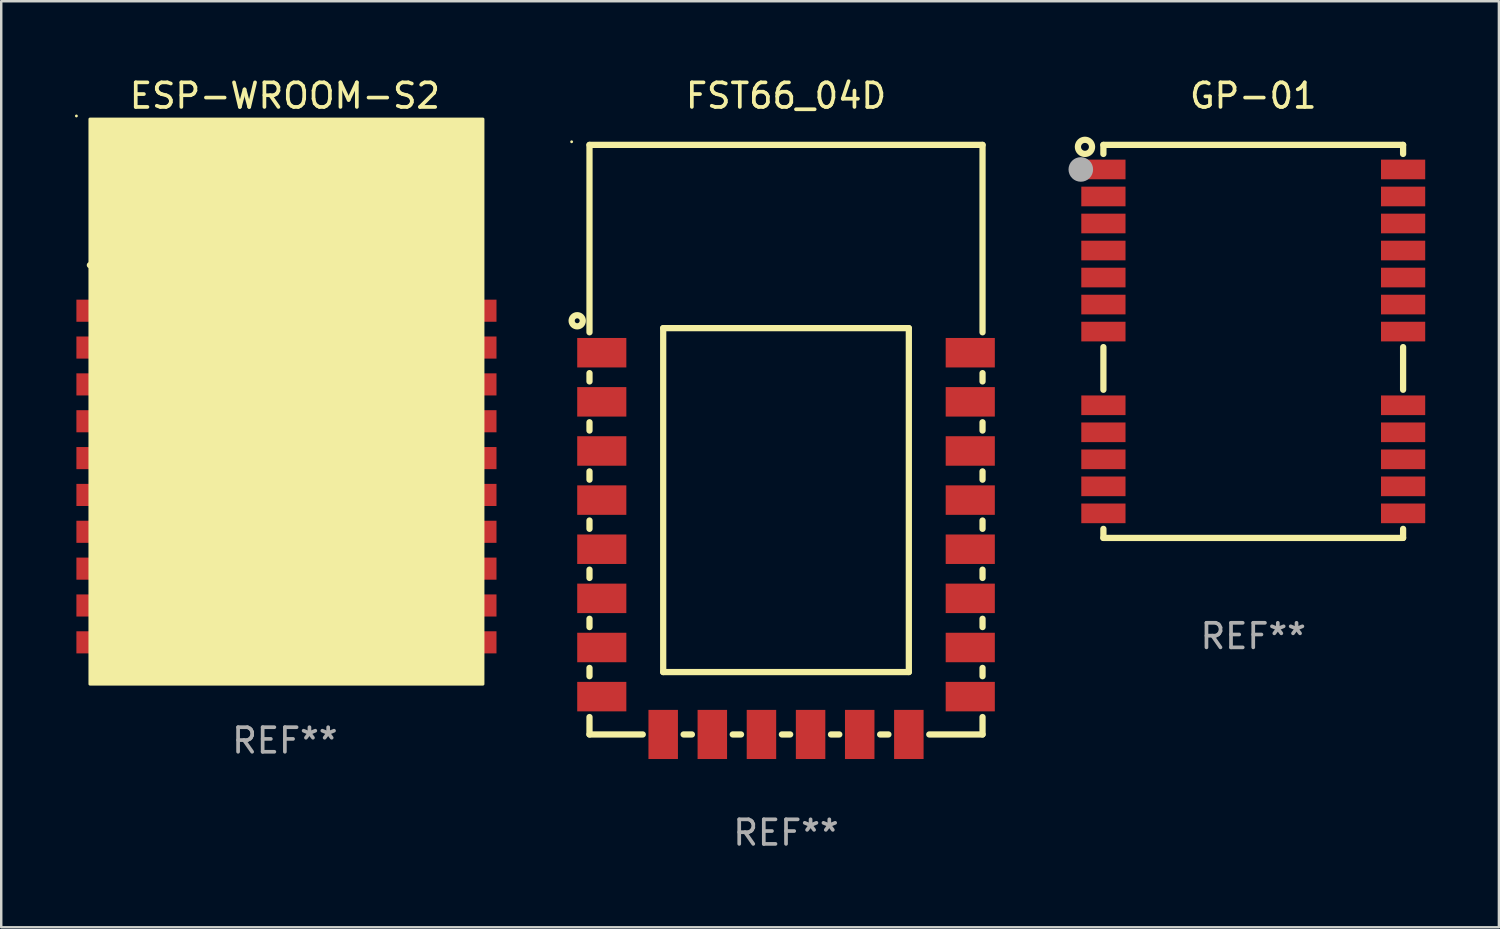
<source format=kicad_pcb>
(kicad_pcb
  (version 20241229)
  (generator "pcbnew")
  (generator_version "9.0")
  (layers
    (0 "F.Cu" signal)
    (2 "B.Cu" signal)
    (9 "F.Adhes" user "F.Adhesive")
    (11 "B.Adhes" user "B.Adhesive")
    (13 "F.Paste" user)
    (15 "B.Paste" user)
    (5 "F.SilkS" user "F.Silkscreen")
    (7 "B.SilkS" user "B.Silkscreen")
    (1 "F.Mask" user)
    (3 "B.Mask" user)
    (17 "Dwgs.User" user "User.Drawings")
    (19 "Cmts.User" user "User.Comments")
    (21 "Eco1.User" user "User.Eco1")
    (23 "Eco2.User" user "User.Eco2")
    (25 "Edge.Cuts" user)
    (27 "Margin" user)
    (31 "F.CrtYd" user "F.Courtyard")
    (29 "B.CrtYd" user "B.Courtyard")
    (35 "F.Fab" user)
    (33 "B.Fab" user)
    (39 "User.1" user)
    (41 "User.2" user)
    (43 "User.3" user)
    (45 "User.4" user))
  (footprint "FST66_04D"
    (layer "F.Cu")
    (at 28.947 14.848)
    (property "Reference" "FST66_04D" (at 0 -14 0) (layer "F.SilkS") (effects (font (size 1 1) (thickness 0.15))))
    (attr through_hole)
    (fp_line (start -8 -12) (end 8 -12) (stroke (width 0.254) (type solid)) (layer "F.SilkS"))
    (fp_line (start -8 -4.371) (end -8 -12) (stroke (width 0.254) (type solid)) (layer "F.SilkS"))
    (fp_line (start -8 -2.371) (end -8 -2.709) (stroke (width 0.254) (type solid)) (layer "F.SilkS"))
    (fp_line (start -8 -0.371) (end -8 -0.709) (stroke (width 0.254) (type solid)) (layer "F.SilkS"))
    (fp_line (start -8 1.629) (end -8 1.291) (stroke (width 0.254) (type solid)) (layer "F.SilkS"))
    (fp_line (start -8 3.629) (end -8 3.291) (stroke (width 0.254) (type solid)) (layer "F.SilkS"))
    (fp_line (start -8 5.629) (end -8 5.291) (stroke (width 0.254) (type solid)) (layer "F.SilkS"))
    (fp_line (start -8 7.629) (end -8 7.291) (stroke (width 0.254) (type solid)) (layer "F.SilkS"))
    (fp_line (start -8 9.629) (end -8 9.291) (stroke (width 0.254) (type solid)) (layer "F.SilkS"))
    (fp_line (start -8 12) (end -8 11.291) (stroke (width 0.254) (type solid)) (layer "F.SilkS"))
    (fp_line (start -8 12) (end -5.831 12) (stroke (width 0.254) (type solid)) (layer "F.SilkS"))
    (fp_line (start -5 -4.54) (end 5 -4.54) (stroke (width 0.254) (type solid)) (layer "F.SilkS"))
    (fp_line (start -5 9.46) (end -5 -4.54) (stroke (width 0.254) (type solid)) (layer "F.SilkS"))
    (fp_line (start -4.169 12) (end -3.831 12) (stroke (width 0.254) (type solid)) (layer "F.SilkS"))
    (fp_line (start -2.169 12) (end -1.831 12) (stroke (width 0.254) (type solid)) (layer "F.SilkS"))
    (fp_line (start -0.169 12) (end 0.169 12) (stroke (width 0.254) (type solid)) (layer "F.SilkS"))
    (fp_line (start 1.831 12) (end 2.169 12) (stroke (width 0.254) (type solid)) (layer "F.SilkS"))
    (fp_line (start 4.169 12) (end 3.831 12) (stroke (width 0.254) (type solid)) (layer "F.SilkS"))
    (fp_line (start 5 -4.54) (end 5 9.46) (stroke (width 0.254) (type solid)) (layer "F.SilkS"))
    (fp_line (start 5 9.46) (end -5 9.46) (stroke (width 0.254) (type solid)) (layer "F.SilkS"))
    (fp_line (start 8 -12) (end 8 -4.371) (stroke (width 0.254) (type solid)) (layer "F.SilkS"))
    (fp_line (start 8 -2.709) (end 8 -2.371) (stroke (width 0.254) (type solid)) (layer "F.SilkS"))
    (fp_line (start 8 -0.709) (end 8 -0.371) (stroke (width 0.254) (type solid)) (layer "F.SilkS"))
    (fp_line (start 8 1.291) (end 8 1.629) (stroke (width 0.254) (type solid)) (layer "F.SilkS"))
    (fp_line (start 8 3.291) (end 8 3.629) (stroke (width 0.254) (type solid)) (layer "F.SilkS"))
    (fp_line (start 8 5.291) (end 8 5.629) (stroke (width 0.254) (type solid)) (layer "F.SilkS"))
    (fp_line (start 8 7.291) (end 8 7.629) (stroke (width 0.254) (type solid)) (layer "F.SilkS"))
    (fp_line (start 8 9.291) (end 8 9.629) (stroke (width 0.254) (type solid)) (layer "F.SilkS"))
    (fp_line (start 8 11.291) (end 8 12) (stroke (width 0.254) (type solid)) (layer "F.SilkS"))
    (fp_line (start 8 12) (end 5.831 12) (stroke (width 0.254) (type solid)) (layer "F.SilkS"))
    (fp_circle (center -8.727 -12.127) (end -8.697 -12.127) (stroke (width 0.06) (type solid)) (fill no) (layer "F.SilkS"))
    (fp_circle (center -8.5 -4.84) (end -8.4 -4.84) (stroke (width 0.254) (type solid)) (fill no) (layer "F.SilkS"))
    (fp_text user "REF**" (at 0 16 0) (layer "F.Fab") (effects (font (size 1 1) (thickness 0.15))))
    (pad "1" smd rect (at -7.5 -3.54) (size 2 1.2) (layers "F.Cu" "F.Mask" "F.Paste"))
    (pad "2" smd rect (at -7.5 -1.54) (size 2 1.2) (layers "F.Cu" "F.Mask" "F.Paste"))
    (pad "3" smd rect (at -7.5 0.46) (size 2 1.2) (layers "F.Cu" "F.Mask" "F.Paste"))
    (pad "4" smd rect (at -7.5 2.46) (size 2 1.2) (layers "F.Cu" "F.Mask" "F.Paste"))
    (pad "5" smd rect (at -7.5 4.46) (size 2 1.2) (layers "F.Cu" "F.Mask" "F.Paste"))
    (pad "6" smd rect (at -7.5 6.46) (size 2 1.2) (layers "F.Cu" "F.Mask" "F.Paste"))
    (pad "7" smd rect (at -7.5 8.46) (size 2 1.2) (layers "F.Cu" "F.Mask" "F.Paste"))
    (pad "8" smd rect (at -7.5 10.46) (size 2 1.2) (layers "F.Cu" "F.Mask" "F.Paste"))
    (pad "9" smd rect (at -5 12 90) (size 2 1.2) (layers "F.Cu" "F.Mask" "F.Paste"))
    (pad "10" smd rect (at -3 12 90) (size 2 1.2) (layers "F.Cu" "F.Mask" "F.Paste"))
    (pad "11" smd rect (at -1 12 90) (size 2 1.2) (layers "F.Cu" "F.Mask" "F.Paste"))
    (pad "12" smd rect (at 1 12 90) (size 2 1.2) (layers "F.Cu" "F.Mask" "F.Paste"))
    (pad "13" smd rect (at 3 12 90) (size 2 1.2) (layers "F.Cu" "F.Mask" "F.Paste"))
    (pad "14" smd rect (at 5 12 90) (size 2 1.2) (layers "F.Cu" "F.Mask" "F.Paste"))
    (pad "15" smd rect (at 7.5 10.46) (size 2 1.2) (layers "F.Cu" "F.Mask" "F.Paste"))
    (pad "16" smd rect (at 7.5 8.46) (size 2 1.2) (layers "F.Cu" "F.Mask" "F.Paste"))
    (pad "17" smd rect (at 7.5 6.46) (size 2 1.2) (layers "F.Cu" "F.Mask" "F.Paste"))
    (pad "18" smd rect (at 7.5 4.46) (size 2 1.2) (layers "F.Cu" "F.Mask" "F.Paste"))
    (pad "19" smd rect (at 7.5 2.46) (size 2 1.2) (layers "F.Cu" "F.Mask" "F.Paste"))
    (pad "20" smd rect (at 7.5 0.46) (size 2 1.2) (layers "F.Cu" "F.Mask" "F.Paste"))
    (pad "21" smd rect (at 7.5 -1.54) (size 2 1.2) (layers "F.Cu" "F.Mask" "F.Paste"))
    (pad "22" smd rect (at 7.5 -3.54) (size 2 1.2) (layers "F.Cu" "F.Mask" "F.Paste")))
  (footprint "GP-01"
    (layer "F.Cu")
    (at 47.967 10.848)
    (property "Reference" "GP-01" (at 0 -10 0) (layer "F.SilkS") (effects (font (size 1 1) (thickness 0.15))))
    (attr through_hole)
    (fp_line (start -6.1 -7.631) (end -6.1 -8) (stroke (width 0.254) (type solid)) (layer "F.SilkS"))
    (fp_line (start -6.1 1.969) (end -6.1 0.231) (stroke (width 0.254) (type solid)) (layer "F.SilkS"))
    (fp_line (start -6.1 8) (end -6.1 7.631) (stroke (width 0.254) (type solid)) (layer "F.SilkS"))
    (fp_line (start 6.1 -8) (end -6.1 -8) (stroke (width 0.254) (type solid)) (layer "F.SilkS"))
    (fp_line (start 6.1 -7.631) (end 6.1 -8) (stroke (width 0.254) (type solid)) (layer "F.SilkS"))
    (fp_line (start 6.1 1.969) (end 6.1 0.231) (stroke (width 0.254) (type solid)) (layer "F.SilkS"))
    (fp_line (start 6.1 8) (end -6.1 8) (stroke (width 0.254) (type solid)) (layer "F.SilkS"))
    (fp_line (start 6.1 8) (end 6.1 7.631) (stroke (width 0.254) (type solid)) (layer "F.SilkS"))
    (fp_circle (center -6.85 -7.92) (end -6.562 -7.92) (stroke (width 0.254) (type solid)) (fill no) (layer "F.SilkS"))
    (fp_circle (center -6.1 -8) (end -6.07 -8) (stroke (width 0.06) (type solid)) (fill no) (layer "F.SilkS"))
    (fp_circle (center -7.02 -7) (end -6.77 -7) (stroke (width 0.5) (type solid)) (fill no) (layer "F.Fab"))
    (fp_text user "REF**" (at 0 12 0) (layer "F.Fab") (effects (font (size 1 1) (thickness 0.15))))
    (pad "1" smd rect (at -6.1 -7) (size 1.8 0.8) (layers "F.Cu" "F.Mask" "F.Paste"))
    (pad "2" smd rect (at -6.1 -5.9) (size 1.8 0.8) (layers "F.Cu" "F.Mask" "F.Paste"))
    (pad "3" smd rect (at -6.1 -4.8) (size 1.8 0.8) (layers "F.Cu" "F.Mask" "F.Paste"))
    (pad "4" smd rect (at -6.1 -3.7) (size 1.8 0.8) (layers "F.Cu" "F.Mask" "F.Paste"))
    (pad "5" smd rect (at -6.1 -2.6) (size 1.8 0.8) (layers "F.Cu" "F.Mask" "F.Paste"))
    (pad "6" smd rect (at -6.1 -1.5) (size 1.8 0.8) (layers "F.Cu" "F.Mask" "F.Paste"))
    (pad "7" smd rect (at -6.1 -0.4) (size 1.8 0.8) (layers "F.Cu" "F.Mask" "F.Paste"))
    (pad "8" smd rect (at -6.1 2.6) (size 1.8 0.8) (layers "F.Cu" "F.Mask" "F.Paste"))
    (pad "9" smd rect (at -6.1 3.7) (size 1.8 0.8) (layers "F.Cu" "F.Mask" "F.Paste"))
    (pad "10" smd rect (at -6.1 4.8) (size 1.8 0.8) (layers "F.Cu" "F.Mask" "F.Paste"))
    (pad "11" smd rect (at -6.1 5.9) (size 1.8 0.8) (layers "F.Cu" "F.Mask" "F.Paste"))
    (pad "12" smd rect (at -6.1 7) (size 1.8 0.8) (layers "F.Cu" "F.Mask" "F.Paste"))
    (pad "13" smd rect (at 6.1 7) (size 1.8 0.8) (layers "F.Cu" "F.Mask" "F.Paste"))
    (pad "14" smd rect (at 6.1 5.9) (size 1.8 0.8) (layers "F.Cu" "F.Mask" "F.Paste"))
    (pad "15" smd rect (at 6.1 4.8) (size 1.8 0.8) (layers "F.Cu" "F.Mask" "F.Paste"))
    (pad "16" smd rect (at 6.1 3.7) (size 1.8 0.8) (layers "F.Cu" "F.Mask" "F.Paste"))
    (pad "17" smd rect (at 6.1 2.6) (size 1.8 0.8) (layers "F.Cu" "F.Mask" "F.Paste"))
    (pad "18" smd rect (at 6.1 -0.4) (size 1.8 0.8) (layers "F.Cu" "F.Mask" "F.Paste"))
    (pad "19" smd rect (at 6.1 -1.5) (size 1.8 0.8) (layers "F.Cu" "F.Mask" "F.Paste"))
    (pad "20" smd rect (at 6.1 -2.6) (size 1.8 0.8) (layers "F.Cu" "F.Mask" "F.Paste"))
    (pad "21" smd rect (at 6.1 -3.7) (size 1.8 0.8) (layers "F.Cu" "F.Mask" "F.Paste"))
    (pad "22" smd rect (at 6.1 -4.8) (size 1.8 0.8) (layers "F.Cu" "F.Mask" "F.Paste"))
    (pad "23" smd rect (at 6.1 -5.9) (size 1.8 0.8) (layers "F.Cu" "F.Mask" "F.Paste"))
    (pad "24" smd rect (at 6.1 -7) (size 1.8 0.8) (layers "F.Cu" "F.Mask" "F.Paste")))
  (footprint "ESP-WROOM-S2"
    (layer "F.Cu")
    (at 8.547 12.973)
    (property "Reference" "ESP-WROOM-S2" (at 0 -12.125 0) (layer "F.SilkS") (effects (font (size 1 1) (thickness 0.15))))
    (attr through_hole)
    (fp_line (start -7.938 -5.23) (end 7.938 -5.23) (stroke (width 0.254) (type solid)) (layer "F.SilkS"))
    (fp_line (start -5.936 -10.125) (end -5.936 -7.125) (stroke (width 0.254) (type solid)) (layer "F.SilkS"))
    (fp_line (start -2.937 -10.125) (end -5.936 -10.125) (stroke (width 0.254) (type solid)) (layer "F.SilkS"))
    (fp_line (start -2.937 -7.125) (end -2.937 -10.125) (stroke (width 0.254) (type solid)) (layer "F.SilkS"))
    (fp_line (start 0.064 -10.125) (end 0.064 -7.125) (stroke (width 0.254) (type solid)) (layer "F.SilkS"))
    (fp_line (start 0.064 -7.125) (end -2.937 -7.125) (stroke (width 0.254) (type solid)) (layer "F.SilkS"))
    (fp_line (start 3.063 -10.125) (end 0.064 -10.125) (stroke (width 0.254) (type solid)) (layer "F.SilkS"))
    (fp_line (start 3.063 -10.125) (end 3.063 -5.625) (stroke (width 0.254) (type solid)) (layer "F.SilkS"))
    (fp_line (start 6.064 -10.125) (end 3.063 -10.125) (stroke (width 0.254) (type solid)) (layer "F.SilkS"))
    (fp_line (start 6.064 -5.625) (end 6.064 -10.125) (stroke (width 0.254) (type solid)) (layer "F.SilkS"))
    (fp_circle (center -8.487 -11.302) (end -8.457 -11.302) (stroke (width 0.06) (type solid)) (fill no) (layer "F.SilkS"))
    (fp_poly (pts (xy -7.936 -11.175) (xy 8.063 -11.175) (xy 8.063 11.825) (xy -7.936 11.825)) (stroke (width 0.12) (type solid)) (fill yes) (layer "F.SilkS"))
    (fp_text user "REF**" (at 0 14.125 0) (layer "F.Fab") (effects (font (size 1 1) (thickness 0.15))))
    (pad "1" smd rect (at -7.687 -3.375) (size 1.6 0.9) (layers "F.Cu" "F.Mask" "F.Paste"))
    (pad "2" smd rect (at -7.687 -1.875) (size 1.6 0.9) (layers "F.Cu" "F.Mask" "F.Paste"))
    (pad "3" smd rect (at -7.687 -0.375) (size 1.6 0.9) (layers "F.Cu" "F.Mask" "F.Paste"))
    (pad "4" smd rect (at -7.687 1.125) (size 1.6 0.9) (layers "F.Cu" "F.Mask" "F.Paste"))
    (pad "5" smd rect (at -7.687 2.625) (size 1.6 0.9) (layers "F.Cu" "F.Mask" "F.Paste"))
    (pad "6" smd rect (at -7.687 4.125) (size 1.6 0.9) (layers "F.Cu" "F.Mask" "F.Paste"))
    (pad "7" smd rect (at -7.687 5.625) (size 1.6 0.9) (layers "F.Cu" "F.Mask" "F.Paste"))
    (pad "8" smd rect (at -7.687 7.125) (size 1.6 0.9) (layers "F.Cu" "F.Mask" "F.Paste"))
    (pad "9" smd rect (at -7.687 8.625) (size 1.6 0.9) (layers "F.Cu" "F.Mask" "F.Paste"))
    (pad "10" smd rect (at -7.687 10.125) (size 1.6 0.9) (layers "F.Cu" "F.Mask" "F.Paste"))
    (pad "11" smd rect (at 7.814 10.125) (size 1.6 0.9) (layers "F.Cu" "F.Mask" "F.Paste"))
    (pad "12" smd rect (at 7.814 8.625) (size 1.6 0.9) (layers "F.Cu" "F.Mask" "F.Paste"))
    (pad "13" smd rect (at 7.814 7.125) (size 1.6 0.9) (layers "F.Cu" "F.Mask" "F.Paste"))
    (pad "14" smd rect (at 7.814 5.625) (size 1.6 0.9) (layers "F.Cu" "F.Mask" "F.Paste"))
    (pad "15" smd rect (at 7.814 4.125) (size 1.6 0.9) (layers "F.Cu" "F.Mask" "F.Paste"))
    (pad "16" smd rect (at 7.814 2.625) (size 1.6 0.9) (layers "F.Cu" "F.Mask" "F.Paste"))
    (pad "17" smd rect (at 7.814 1.125) (size 1.6 0.9) (layers "F.Cu" "F.Mask" "F.Paste"))
    (pad "18" smd rect (at 7.814 -0.375) (size 1.6 0.9) (layers "F.Cu" "F.Mask" "F.Paste"))
    (pad "19" smd rect (at 7.814 -1.875) (size 1.6 0.9) (layers "F.Cu" "F.Mask" "F.Paste"))
    (pad "20" smd rect (at 7.814 -3.375) (size 1.6 0.9) (layers "F.Cu" "F.Mask" "F.Paste"))
    (pad "21" smd rect (at -1.186 2.267) (size 4.5 4.5) (layers "F.Cu" "F.Mask" "F.Paste")))
  (gr_rect
    (start -3 -3)
    (end 57.967 34.697)
    (stroke (width 0.1) (type default))
    (fill no)
    (layer "Edge.Cuts")))
</source>
